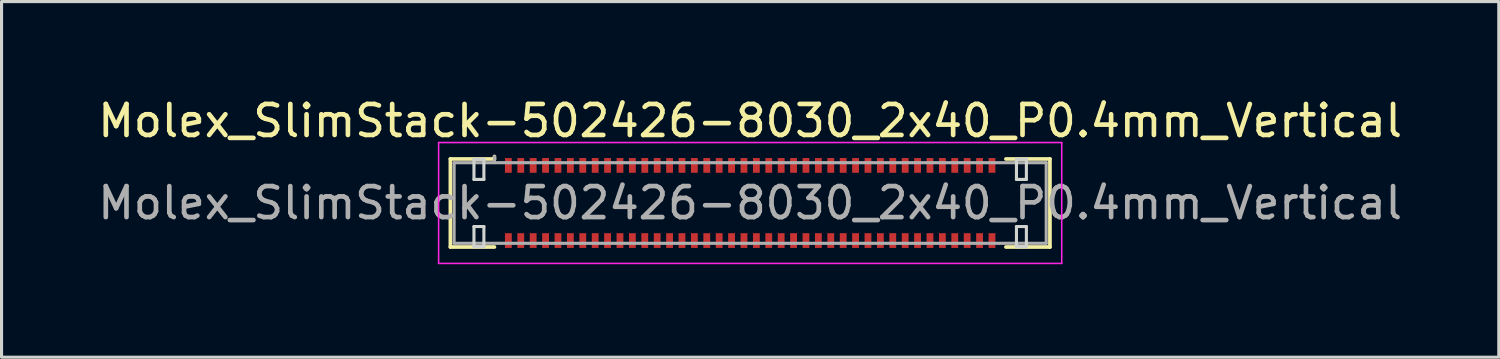
<source format=kicad_pcb>
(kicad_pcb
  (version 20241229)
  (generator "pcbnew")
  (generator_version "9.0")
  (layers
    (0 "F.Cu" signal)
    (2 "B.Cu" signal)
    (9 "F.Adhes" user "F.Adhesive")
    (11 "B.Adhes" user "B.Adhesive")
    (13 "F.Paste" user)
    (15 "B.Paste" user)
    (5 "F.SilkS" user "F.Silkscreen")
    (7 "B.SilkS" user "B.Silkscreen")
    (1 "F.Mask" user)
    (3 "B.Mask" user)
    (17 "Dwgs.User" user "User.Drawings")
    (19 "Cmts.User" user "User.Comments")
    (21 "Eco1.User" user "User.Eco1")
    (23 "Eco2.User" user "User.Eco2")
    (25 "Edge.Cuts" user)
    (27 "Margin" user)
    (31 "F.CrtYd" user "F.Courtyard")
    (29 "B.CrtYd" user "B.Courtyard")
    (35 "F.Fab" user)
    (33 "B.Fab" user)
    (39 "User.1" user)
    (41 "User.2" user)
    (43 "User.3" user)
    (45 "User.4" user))
  (footprint "Molex_SlimStack-502426-8030_2x40_P0.4mm_Vertical"
    (layer "F.Cu")
    (at 21.149 3.498)
    (property "Reference" "Molex_SlimStack-502426-8030_2x40_P0.4mm_Vertical" (at 0 -2.65 0) (layer "F.SilkS") (effects (font (size 1 1) (thickness 0.15))))
    (attr smd)
    (fp_line (start -9.67 -1.42) (end -8.25 -1.42) (stroke (width 0.12) (type solid)) (layer "F.SilkS"))
    (fp_line (start -9.67 1.42) (end -9.67 -1.42) (stroke (width 0.12) (type solid)) (layer "F.SilkS"))
    (fp_line (start -8.25 -1.42) (end -8.25 -1.5) (stroke (width 0.12) (type solid)) (layer "F.SilkS"))
    (fp_line (start -8.25 1.42) (end -9.67 1.42) (stroke (width 0.12) (type solid)) (layer "F.SilkS"))
    (fp_line (start 8.25 1.42) (end 9.67 1.42) (stroke (width 0.12) (type solid)) (layer "F.SilkS"))
    (fp_line (start 9.67 -1.42) (end 8.25 -1.42) (stroke (width 0.12) (type solid)) (layer "F.SilkS"))
    (fp_line (start 9.67 1.42) (end 9.67 -1.42) (stroke (width 0.12) (type solid)) (layer "F.SilkS"))
    (fp_line (start -8.91 -1.41) (end -8.91 -0.76) (stroke (width 0.1) (type solid)) (layer "Edge.Cuts"))
    (fp_line (start -8.91 -0.76) (end -8.59 -0.76) (stroke (width 0.1) (type solid)) (layer "Edge.Cuts"))
    (fp_line (start -8.91 0.76) (end -8.91 1.41) (stroke (width 0.1) (type solid)) (layer "Edge.Cuts"))
    (fp_line (start -8.91 1.41) (end -8.59 1.41) (stroke (width 0.1) (type solid)) (layer "Edge.Cuts"))
    (fp_line (start -8.59 -1.41) (end -8.91 -1.41) (stroke (width 0.1) (type solid)) (layer "Edge.Cuts"))
    (fp_line (start -8.59 -0.76) (end -8.59 -1.41) (stroke (width 0.1) (type solid)) (layer "Edge.Cuts"))
    (fp_line (start -8.59 0.76) (end -8.91 0.76) (stroke (width 0.1) (type solid)) (layer "Edge.Cuts"))
    (fp_line (start -8.59 1.41) (end -8.59 0.76) (stroke (width 0.1) (type solid)) (layer "Edge.Cuts"))
    (fp_line (start 8.59 -1.41) (end 8.59 -0.76) (stroke (width 0.1) (type solid)) (layer "Edge.Cuts"))
    (fp_line (start 8.59 -0.76) (end 8.91 -0.76) (stroke (width 0.1) (type solid)) (layer "Edge.Cuts"))
    (fp_line (start 8.59 0.76) (end 8.59 1.41) (stroke (width 0.1) (type solid)) (layer "Edge.Cuts"))
    (fp_line (start 8.59 1.41) (end 8.91 1.41) (stroke (width 0.1) (type solid)) (layer "Edge.Cuts"))
    (fp_line (start 8.91 -1.41) (end 8.59 -1.41) (stroke (width 0.1) (type solid)) (layer "Edge.Cuts"))
    (fp_line (start 8.91 -0.76) (end 8.91 -1.41) (stroke (width 0.1) (type solid)) (layer "Edge.Cuts"))
    (fp_line (start 8.91 0.76) (end 8.59 0.76) (stroke (width 0.1) (type solid)) (layer "Edge.Cuts"))
    (fp_line (start 8.91 1.41) (end 8.91 0.76) (stroke (width 0.1) (type solid)) (layer "Edge.Cuts"))
    (fp_line (start -10.05 -1.95) (end -10.05 1.95) (stroke (width 0.05) (type solid)) (layer "F.CrtYd"))
    (fp_line (start -10.05 1.95) (end 10.05 1.95) (stroke (width 0.05) (type solid)) (layer "F.CrtYd"))
    (fp_line (start 10.05 -1.95) (end -10.05 -1.95) (stroke (width 0.05) (type solid)) (layer "F.CrtYd"))
    (fp_line (start 10.05 1.95) (end 10.05 -1.95) (stroke (width 0.05) (type solid)) (layer "F.CrtYd"))
    (fp_line (start -9.55 -1.3) (end -9.55 1.3) (stroke (width 0.1) (type solid)) (layer "F.Fab"))
    (fp_line (start -9.55 1.3) (end 9.55 1.3) (stroke (width 0.1) (type solid)) (layer "F.Fab"))
    (fp_line (start -8.25 -1.3) (end -8.25 -1.5) (stroke (width 0.1) (type solid)) (layer "F.Fab"))
    (fp_line (start 9.55 -1.3) (end -9.55 -1.3) (stroke (width 0.1) (type solid)) (layer "F.Fab"))
    (fp_line (start 9.55 1.3) (end 9.55 -1.3) (stroke (width 0.1) (type solid)) (layer "F.Fab"))
    (fp_text user "${REFERENCE}" (at 0 0 0) (layer "F.Fab") (effects (font (size 1 1) (thickness 0.15))))
    (pad "1" smd rect (at 7.8 -1.212) (size 0.22 0.475) (layers "F.Cu" "F.Mask" "F.Paste"))
    (pad "2" smd rect (at 7.8 1.212) (size 0.22 0.475) (layers "F.Cu" "F.Mask" "F.Paste"))
    (pad "3" smd rect (at 7.4 -1.212) (size 0.22 0.475) (layers "F.Cu" "F.Mask" "F.Paste"))
    (pad "4" smd rect (at 7.4 1.212) (size 0.22 0.475) (layers "F.Cu" "F.Mask" "F.Paste"))
    (pad "5" smd rect (at 7 -1.212) (size 0.22 0.475) (layers "F.Cu" "F.Mask" "F.Paste"))
    (pad "6" smd rect (at 7 1.212) (size 0.22 0.475) (layers "F.Cu" "F.Mask" "F.Paste"))
    (pad "7" smd rect (at 6.6 -1.212) (size 0.22 0.475) (layers "F.Cu" "F.Mask" "F.Paste"))
    (pad "8" smd rect (at 6.6 1.212) (size 0.22 0.475) (layers "F.Cu" "F.Mask" "F.Paste"))
    (pad "9" smd rect (at 6.2 -1.212) (size 0.22 0.475) (layers "F.Cu" "F.Mask" "F.Paste"))
    (pad "10" smd rect (at 6.2 1.212) (size 0.22 0.475) (layers "F.Cu" "F.Mask" "F.Paste"))
    (pad "11" smd rect (at 5.8 -1.212) (size 0.22 0.475) (layers "F.Cu" "F.Mask" "F.Paste"))
    (pad "12" smd rect (at 5.8 1.212) (size 0.22 0.475) (layers "F.Cu" "F.Mask" "F.Paste"))
    (pad "13" smd rect (at 5.4 -1.212) (size 0.22 0.475) (layers "F.Cu" "F.Mask" "F.Paste"))
    (pad "14" smd rect (at 5.4 1.212) (size 0.22 0.475) (layers "F.Cu" "F.Mask" "F.Paste"))
    (pad "15" smd rect (at 5 -1.212) (size 0.22 0.475) (layers "F.Cu" "F.Mask" "F.Paste"))
    (pad "16" smd rect (at 5 1.212) (size 0.22 0.475) (layers "F.Cu" "F.Mask" "F.Paste"))
    (pad "17" smd rect (at 4.6 -1.212) (size 0.22 0.475) (layers "F.Cu" "F.Mask" "F.Paste"))
    (pad "18" smd rect (at 4.6 1.212) (size 0.22 0.475) (layers "F.Cu" "F.Mask" "F.Paste"))
    (pad "19" smd rect (at 4.2 -1.212) (size 0.22 0.475) (layers "F.Cu" "F.Mask" "F.Paste"))
    (pad "20" smd rect (at 4.2 1.212) (size 0.22 0.475) (layers "F.Cu" "F.Mask" "F.Paste"))
    (pad "21" smd rect (at 3.8 -1.212) (size 0.22 0.475) (layers "F.Cu" "F.Mask" "F.Paste"))
    (pad "22" smd rect (at 3.8 1.212) (size 0.22 0.475) (layers "F.Cu" "F.Mask" "F.Paste"))
    (pad "23" smd rect (at 3.4 -1.212) (size 0.22 0.475) (layers "F.Cu" "F.Mask" "F.Paste"))
    (pad "24" smd rect (at 3.4 1.212) (size 0.22 0.475) (layers "F.Cu" "F.Mask" "F.Paste"))
    (pad "25" smd rect (at 3 -1.212) (size 0.22 0.475) (layers "F.Cu" "F.Mask" "F.Paste"))
    (pad "26" smd rect (at 3 1.212) (size 0.22 0.475) (layers "F.Cu" "F.Mask" "F.Paste"))
    (pad "27" smd rect (at 2.6 -1.212) (size 0.22 0.475) (layers "F.Cu" "F.Mask" "F.Paste"))
    (pad "28" smd rect (at 2.6 1.212) (size 0.22 0.475) (layers "F.Cu" "F.Mask" "F.Paste"))
    (pad "29" smd rect (at 2.2 -1.212) (size 0.22 0.475) (layers "F.Cu" "F.Mask" "F.Paste"))
    (pad "30" smd rect (at 2.2 1.212) (size 0.22 0.475) (layers "F.Cu" "F.Mask" "F.Paste"))
    (pad "31" smd rect (at 1.8 -1.212) (size 0.22 0.475) (layers "F.Cu" "F.Mask" "F.Paste"))
    (pad "32" smd rect (at 1.8 1.212) (size 0.22 0.475) (layers "F.Cu" "F.Mask" "F.Paste"))
    (pad "33" smd rect (at 1.4 -1.212) (size 0.22 0.475) (layers "F.Cu" "F.Mask" "F.Paste"))
    (pad "34" smd rect (at 1.4 1.212) (size 0.22 0.475) (layers "F.Cu" "F.Mask" "F.Paste"))
    (pad "35" smd rect (at 1 -1.212) (size 0.22 0.475) (layers "F.Cu" "F.Mask" "F.Paste"))
    (pad "36" smd rect (at 1 1.212) (size 0.22 0.475) (layers "F.Cu" "F.Mask" "F.Paste"))
    (pad "37" smd rect (at 0.6 -1.212) (size 0.22 0.475) (layers "F.Cu" "F.Mask" "F.Paste"))
    (pad "38" smd rect (at 0.6 1.212) (size 0.22 0.475) (layers "F.Cu" "F.Mask" "F.Paste"))
    (pad "39" smd rect (at 0.2 -1.212) (size 0.22 0.475) (layers "F.Cu" "F.Mask" "F.Paste"))
    (pad "40" smd rect (at 0.2 1.212) (size 0.22 0.475) (layers "F.Cu" "F.Mask" "F.Paste"))
    (pad "41" smd rect (at -0.2 -1.212) (size 0.22 0.475) (layers "F.Cu" "F.Mask" "F.Paste"))
    (pad "42" smd rect (at -0.2 1.212) (size 0.22 0.475) (layers "F.Cu" "F.Mask" "F.Paste"))
    (pad "43" smd rect (at -0.6 -1.212) (size 0.22 0.475) (layers "F.Cu" "F.Mask" "F.Paste"))
    (pad "44" smd rect (at -0.6 1.212) (size 0.22 0.475) (layers "F.Cu" "F.Mask" "F.Paste"))
    (pad "45" smd rect (at -1 -1.212) (size 0.22 0.475) (layers "F.Cu" "F.Mask" "F.Paste"))
    (pad "46" smd rect (at -1 1.212) (size 0.22 0.475) (layers "F.Cu" "F.Mask" "F.Paste"))
    (pad "47" smd rect (at -1.4 -1.212) (size 0.22 0.475) (layers "F.Cu" "F.Mask" "F.Paste"))
    (pad "48" smd rect (at -1.4 1.212) (size 0.22 0.475) (layers "F.Cu" "F.Mask" "F.Paste"))
    (pad "49" smd rect (at -1.8 -1.212) (size 0.22 0.475) (layers "F.Cu" "F.Mask" "F.Paste"))
    (pad "50" smd rect (at -1.8 1.212) (size 0.22 0.475) (layers "F.Cu" "F.Mask" "F.Paste"))
    (pad "51" smd rect (at -2.2 -1.212) (size 0.22 0.475) (layers "F.Cu" "F.Mask" "F.Paste"))
    (pad "52" smd rect (at -2.2 1.212) (size 0.22 0.475) (layers "F.Cu" "F.Mask" "F.Paste"))
    (pad "53" smd rect (at -2.6 -1.212) (size 0.22 0.475) (layers "F.Cu" "F.Mask" "F.Paste"))
    (pad "54" smd rect (at -2.6 1.212) (size 0.22 0.475) (layers "F.Cu" "F.Mask" "F.Paste"))
    (pad "55" smd rect (at -3 -1.212) (size 0.22 0.475) (layers "F.Cu" "F.Mask" "F.Paste"))
    (pad "56" smd rect (at -3 1.212) (size 0.22 0.475) (layers "F.Cu" "F.Mask" "F.Paste"))
    (pad "57" smd rect (at -3.4 -1.212) (size 0.22 0.475) (layers "F.Cu" "F.Mask" "F.Paste"))
    (pad "58" smd rect (at -3.4 1.212) (size 0.22 0.475) (layers "F.Cu" "F.Mask" "F.Paste"))
    (pad "59" smd rect (at -3.8 -1.212) (size 0.22 0.475) (layers "F.Cu" "F.Mask" "F.Paste"))
    (pad "60" smd rect (at -3.8 1.212) (size 0.22 0.475) (layers "F.Cu" "F.Mask" "F.Paste"))
    (pad "61" smd rect (at -4.2 -1.212) (size 0.22 0.475) (layers "F.Cu" "F.Mask" "F.Paste"))
    (pad "62" smd rect (at -4.2 1.212) (size 0.22 0.475) (layers "F.Cu" "F.Mask" "F.Paste"))
    (pad "63" smd rect (at -4.6 -1.212) (size 0.22 0.475) (layers "F.Cu" "F.Mask" "F.Paste"))
    (pad "64" smd rect (at -4.6 1.212) (size 0.22 0.475) (layers "F.Cu" "F.Mask" "F.Paste"))
    (pad "65" smd rect (at -5 -1.212) (size 0.22 0.475) (layers "F.Cu" "F.Mask" "F.Paste"))
    (pad "66" smd rect (at -5 1.212) (size 0.22 0.475) (layers "F.Cu" "F.Mask" "F.Paste"))
    (pad "67" smd rect (at -5.4 -1.212) (size 0.22 0.475) (layers "F.Cu" "F.Mask" "F.Paste"))
    (pad "68" smd rect (at -5.4 1.212) (size 0.22 0.475) (layers "F.Cu" "F.Mask" "F.Paste"))
    (pad "69" smd rect (at -5.8 -1.212) (size 0.22 0.475) (layers "F.Cu" "F.Mask" "F.Paste"))
    (pad "70" smd rect (at -5.8 1.212) (size 0.22 0.475) (layers "F.Cu" "F.Mask" "F.Paste"))
    (pad "71" smd rect (at -6.2 -1.212) (size 0.22 0.475) (layers "F.Cu" "F.Mask" "F.Paste"))
    (pad "72" smd rect (at -6.2 1.212) (size 0.22 0.475) (layers "F.Cu" "F.Mask" "F.Paste"))
    (pad "73" smd rect (at -6.6 -1.212) (size 0.22 0.475) (layers "F.Cu" "F.Mask" "F.Paste"))
    (pad "74" smd rect (at -6.6 1.212) (size 0.22 0.475) (layers "F.Cu" "F.Mask" "F.Paste"))
    (pad "75" smd rect (at -7 -1.212) (size 0.22 0.475) (layers "F.Cu" "F.Mask" "F.Paste"))
    (pad "76" smd rect (at -7 1.212) (size 0.22 0.475) (layers "F.Cu" "F.Mask" "F.Paste"))
    (pad "77" smd rect (at -7.4 -1.212) (size 0.22 0.475) (layers "F.Cu" "F.Mask" "F.Paste"))
    (pad "78" smd rect (at -7.4 1.212) (size 0.22 0.475) (layers "F.Cu" "F.Mask" "F.Paste"))
    (pad "79" smd rect (at -7.8 -1.212) (size 0.22 0.475) (layers "F.Cu" "F.Mask" "F.Paste"))
    (pad "80" smd rect (at -7.8 1.212) (size 0.22 0.475) (layers "F.Cu" "F.Mask" "F.Paste")))
  (gr_rect
    (start -3 -3)
    (end 45.298 8.473)
    (stroke (width 0.1) (type default))
    (fill no)
    (layer "Edge.Cuts")))
</source>
